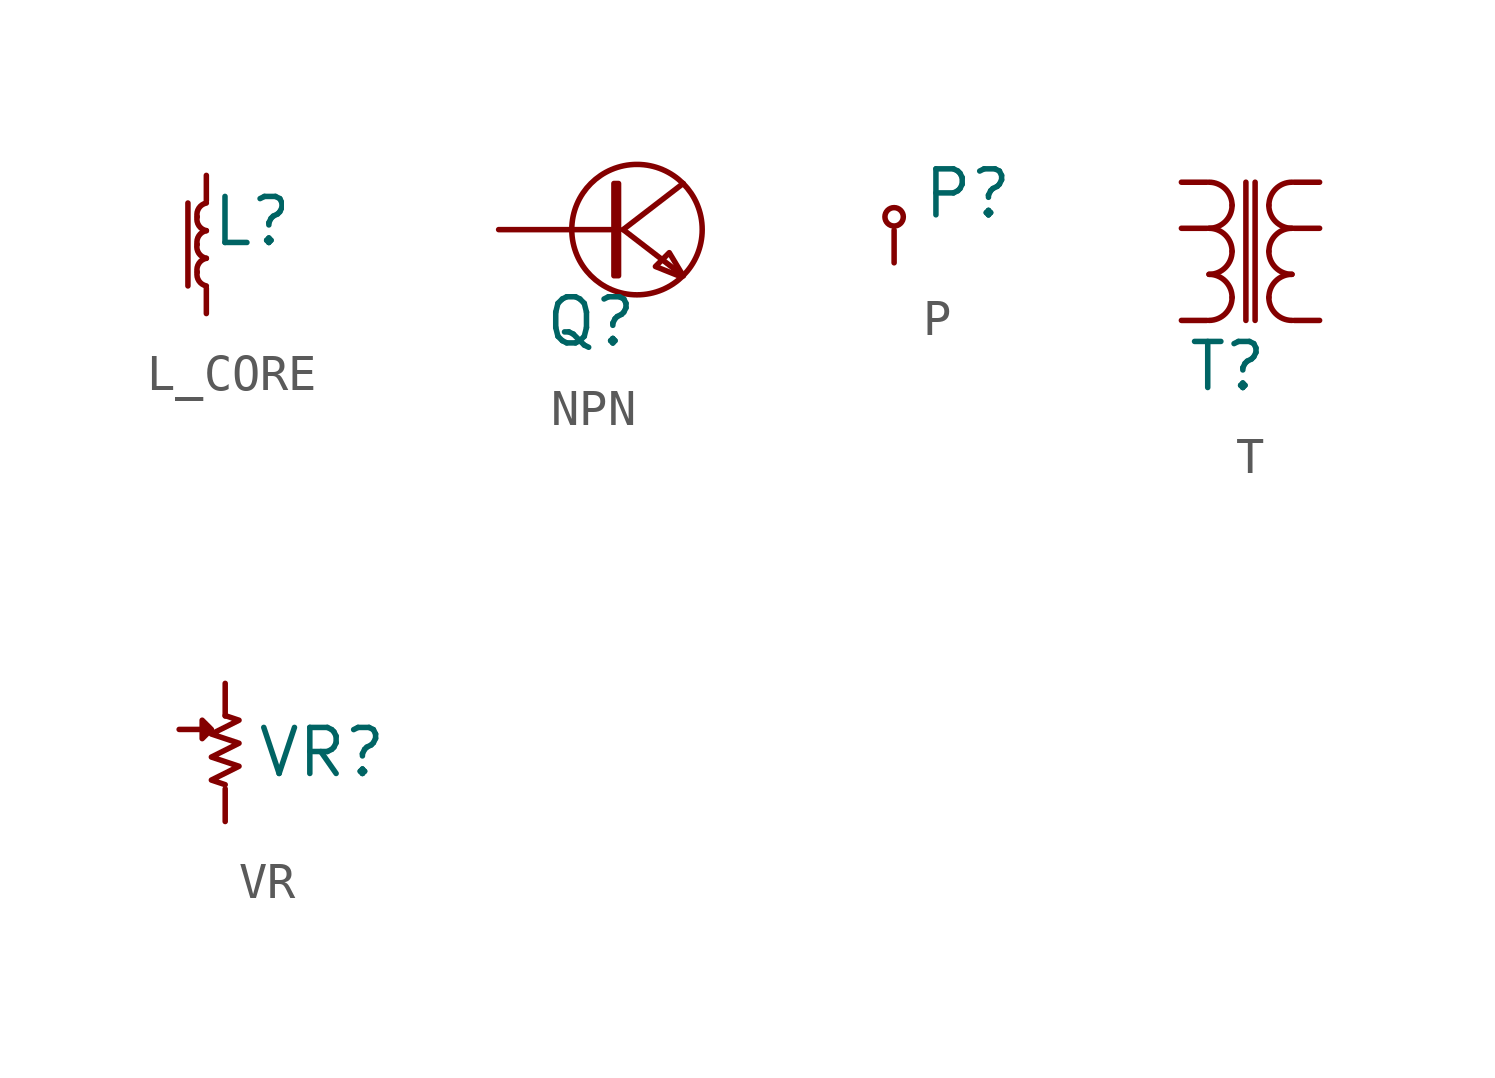
<source format=kicad_sym>
(kicad_symbol_lib
  (version 20220914)
  (generator kicad_symbol_editor)
  (symbol "L_CORE"
    (pin_numbers hide)
    (property "Reference" "L"
      (at 1.27 2.54 0)
      (effects (font (size 1.27 1.27))))
    (property "Value" ""
      (at 0 0 0)
      (effects (font (size 1.27 1.27))))
    (symbol "L_CORE_0_1"
      (arc (start -0.254 1.143) (mid -0.2055 0.9002) (end 0 0.762) (stroke (width 0) (type default)) (fill (type none)))
      (arc (start -0.254 1.905) (mid -0.2056 1.662) (end 0 1.524) (stroke (width 0) (type default)) (fill (type none)))
      (arc (start -0.254 2.667) (mid -0.2056 2.4241) (end 0 2.286) (stroke (width 0) (type default)) (fill (type none)))
      (polyline (pts (xy -0.508 3.048) (xy -0.508 0.762)) (stroke (width 0) (type default)) (fill (type none)))
      (arc (start 0 1.524) (mid -0.2055 1.3858) (end -0.254 1.143) (stroke (width 0) (type default)) (fill (type none)))
      (arc (start 0 2.286) (mid -0.2055 2.1478) (end -0.254 1.905) (stroke (width 0) (type default)) (fill (type none)))
      (arc (start 0 3.048) (mid -0.2055 2.9098) (end -0.254 2.667) (stroke (width 0) (type default)) (fill (type none))))
    (symbol "L_CORE_1_1"
      (pin passive line (at 0 3.81 270) (length 0.7) (name "" (effects (font (size 1.27 1.27)))) (number "1" (effects (font (size 1.27 1.27)))))
      (pin passive line (at 0 0 90) (length 0.7) (name "" (effects (font (size 1.27 1.27)))) (number "2" (effects (font (size 1.27 1.27)))))))
  (symbol "NPN"
    (pin_numbers hide)
    (property "Reference" "Q"
      (at -1.27 -2.54 0)
      (effects (font (size 1.27 1.27))))
    (property "Value" ""
      (at 0 0 0)
      (effects (font (size 1.27 1.27))))
    (symbol "NPN_0_1"
      (rectangle (start -0.635 1.27) (end -0.508 -1.27) (stroke (width 0) (type default)) (fill (type none)))
      (polyline (pts (xy -0.381 0) (xy 1.27 -1.27)) (stroke (width 0) (type default)) (fill (type none)))
      (polyline (pts (xy -0.381 0) (xy 1.27 1.27)) (stroke (width 0) (type default)) (fill (type none)))
      (polyline (pts (xy 1.27 -1.27) (xy 0.889 -0.635) (xy 0.508 -1.016) (xy 1.143 -1.27)) (stroke (width 0) (type default)) (fill (type none)))
      (circle (center 0 0) (radius 1.796) (stroke (width 0) (type default)) (fill (type none))))
    (symbol "NPN_1_1"
      (pin passive line (at -3.81 0 0) (length 3.1) (name "" (effects (font (size 1.27 1.27)))) (number "1" (effects (font (size 1.27 1.27)))))
      (pin passive line (at 1.27 1.27 180) (length 0) (name "" (effects (font (size 1.27 1.27)))) (number "2" (effects (font (size 1.27 1.27)))))
      (pin passive line (at 1.27 -1.27 180) (length 0) (name "" (effects (font (size 1.27 1.27)))) (number "3" (effects (font (size 1.27 1.27)))))))
  (symbol "P"
    (pin_numbers hide)
    (property "Reference" "P"
      (at 2.032 1.905 0)
      (effects (font (size 1.27 1.27))))
    (property "Value" ""
      (at 0 0 0)
      (effects (font (size 1.27 1.27))))
    (symbol "P_0_1"
      (circle (center 0 1.27) (radius 0.254) (stroke (width 0) (type default)) (fill (type none))))
    (symbol "P_1_1"
      (pin passive line (at 0 0 90) (length 0.9) (name "" (effects (font (size 1.27 1.27)))) (number "1" (effects (font (size 1.27 1.27)))))))
  (symbol "T"
    (pin_numbers hide)
    (property "Reference" "T"
      (at 0 -1.27 0)
      (effects (font (size 1.27 1.27))))
    (property "Value" ""
      (at 0 0 0)
      (effects (font (size 1.27 1.27))))
    (symbol "T_0_1"
      (arc (start -0.508 0) (mid -0.059 0.186) (end 0.127 0.635) (stroke (width 0) (type default)) (fill (type none)))
      (arc (start -0.508 1.27) (mid -0.059 1.456) (end 0.127 1.905) (stroke (width 0) (type default)) (fill (type none)))
      (arc (start -0.508 2.54) (mid -0.059 2.726) (end 0.127 3.175) (stroke (width 0) (type default)) (fill (type none)))
      (polyline (pts (xy 0.508 0) (xy 0.508 3.81)) (stroke (width 0) (type default)) (fill (type none)))
      (polyline (pts (xy 0.762 3.81) (xy 0.762 0)) (stroke (width 0) (type default)) (fill (type none)))
      (arc (start 0.127 0.635) (mid -0.059 1.084) (end -0.508 1.27) (stroke (width 0) (type default)) (fill (type none)))
      (arc (start 0.127 1.905) (mid -0.059 2.354) (end -0.508 2.54) (stroke (width 0) (type default)) (fill (type none)))
      (arc (start 0.127 3.175) (mid -0.059 3.624) (end -0.508 3.81) (stroke (width 0) (type default)) (fill (type none)))
      (arc (start 1.143 0.635) (mid 1.329 0.186) (end 1.778 0) (stroke (width 0) (type default)) (fill (type none)))
      (arc (start 1.143 1.905) (mid 1.329 1.456) (end 1.778 1.27) (stroke (width 0) (type default)) (fill (type none)))
      (arc (start 1.143 3.175) (mid 1.329 2.726) (end 1.778 2.54) (stroke (width 0) (type default)) (fill (type none)))
      (arc (start 1.778 1.27) (mid 1.329 1.084) (end 1.143 0.635) (stroke (width 0) (type default)) (fill (type none)))
      (arc (start 1.778 2.54) (mid 1.329 2.354) (end 1.143 1.905) (stroke (width 0) (type default)) (fill (type none)))
      (arc (start 1.778 3.81) (mid 1.329 3.624) (end 1.143 3.175) (stroke (width 0) (type default)) (fill (type none))))
    (symbol "T_1_1"
      (pin passive line (at -1.27 3.81 0) (length 0.7) (name "" (effects (font (size 1.27 1.27)))) (number "1" (effects (font (size 1.27 1.27)))))
      (pin passive line (at -1.27 2.54 0) (length 0.7) (name "" (effects (font (size 1.27 1.27)))) (number "2" (effects (font (size 1.27 1.27)))))
      (pin passive line (at -1.27 0 0) (length 0.7) (name "" (effects (font (size 1.27 1.27)))) (number "3" (effects (font (size 1.27 1.27)))))
      (pin passive line (at 2.54 3.81 180) (length 0.7) (name "" (effects (font (size 1.27 1.27)))) (number "4" (effects (font (size 1.27 1.27)))))
      (pin passive line (at 2.54 2.54 180) (length 0.7) (name "" (effects (font (size 1.27 1.27)))) (number "5" (effects (font (size 1.27 1.27)))))
      (pin passive line (at 2.54 0 180) (length 0.7) (name "" (effects (font (size 1.27 1.27)))) (number "6" (effects (font (size 1.27 1.27)))))))
  (symbol "VR"
    (pin_numbers hide)
    (property "Reference" "VR"
      (at 2.667 1.905 0)
      (effects (font (size 1.27 1.27))))
    (property "Value" ""
      (at 0 0 0)
      (effects (font (size 1.27 1.27))))
    (symbol "VR_0_1"
      (polyline (pts (xy -0.381 2.54) (xy -0.635 2.794) (xy -0.635 2.286) (xy -0.381 2.54)) (stroke (width 0) (type default)) (fill (type none)))
      (polyline (pts (xy 0 2.921) (xy 0.381 2.794) (xy -0.381 2.413) (xy 0.381 2.159) (xy -0.381 1.778) (xy 0.381 1.524) (xy -0.381 1.143) (xy 0 1.016)) (stroke (width 0) (type default)) (fill (type none))))
    (symbol "VR_1_1"
      (pin passive line (at 0 3.81 270) (length 0.9) (name "" (effects (font (size 1.27 1.27)))) (number "1" (effects (font (size 1.27 1.27)))))
      (pin passive line (at 0 0 90) (length 0.9) (name "" (effects (font (size 1.27 1.27)))) (number "2" (effects (font (size 1.27 1.27)))))
      (pin passive line (at -1.27 2.54 0) (length 0.8) (name "" (effects (font (size 1.27 1.27)))) (number "3" (effects (font (size 1.27 1.27))))))))
</source>
